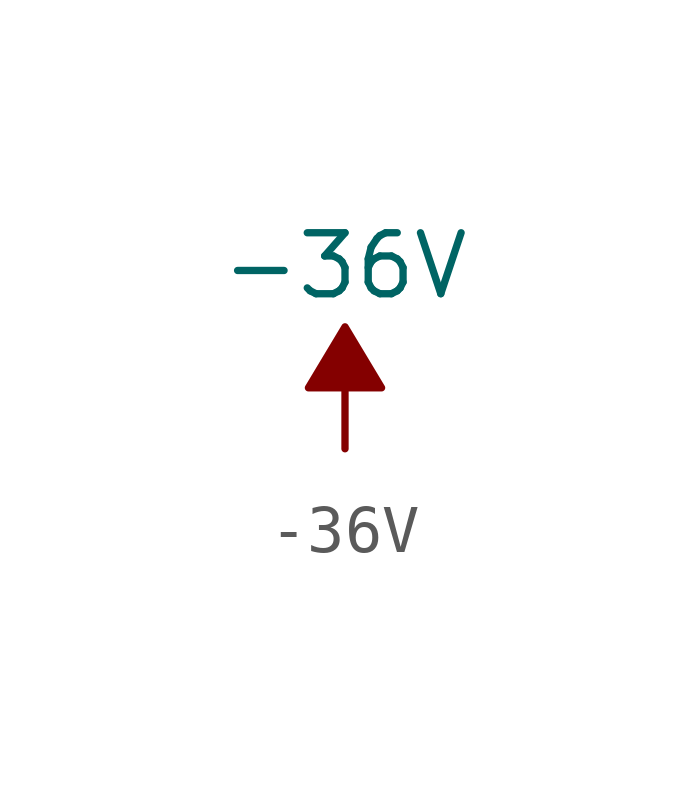
<source format=kicad_sym>
(kicad_symbol_lib
  (version 20211014)
  (generator kicad_symbol_editor)
  (symbol "-36V"
    (pin_names
      (offset 0))
    (property "Reference" "#PWR"
      (at 0 2.54 0)
      (effects (font (size 1.27 1.27)) hide))
    (property "Value" "-36V"
      (at 0 3.81 0)
      (effects (font (size 1.27 1.27))))
    (property "Footprint" ""
      (at 0 0 0)
      (effects (font (size 1.524 1.524))))
    (property "Datasheet" ""
      (at 0 0 0)
      (effects (font (size 1.524 1.524))))
    (symbol "-36V_0_0"
      (pin power_in line (at 0 0 90) (length 0) hide (name "-36V" (effects (font (size 0.508 0.508)))) (number "1" (effects (font (size 0.508 0.508))))))
    (symbol "-36V_0_1"
      (polyline (pts (xy 0 0) (xy 0 1.27) (xy 0.762 1.27) (xy 0 2.54) (xy -0.762 1.27) (xy 0 1.27)) (stroke (width 0) (type default) (color 0 0 0 0)) (fill (type outline))))))
</source>
